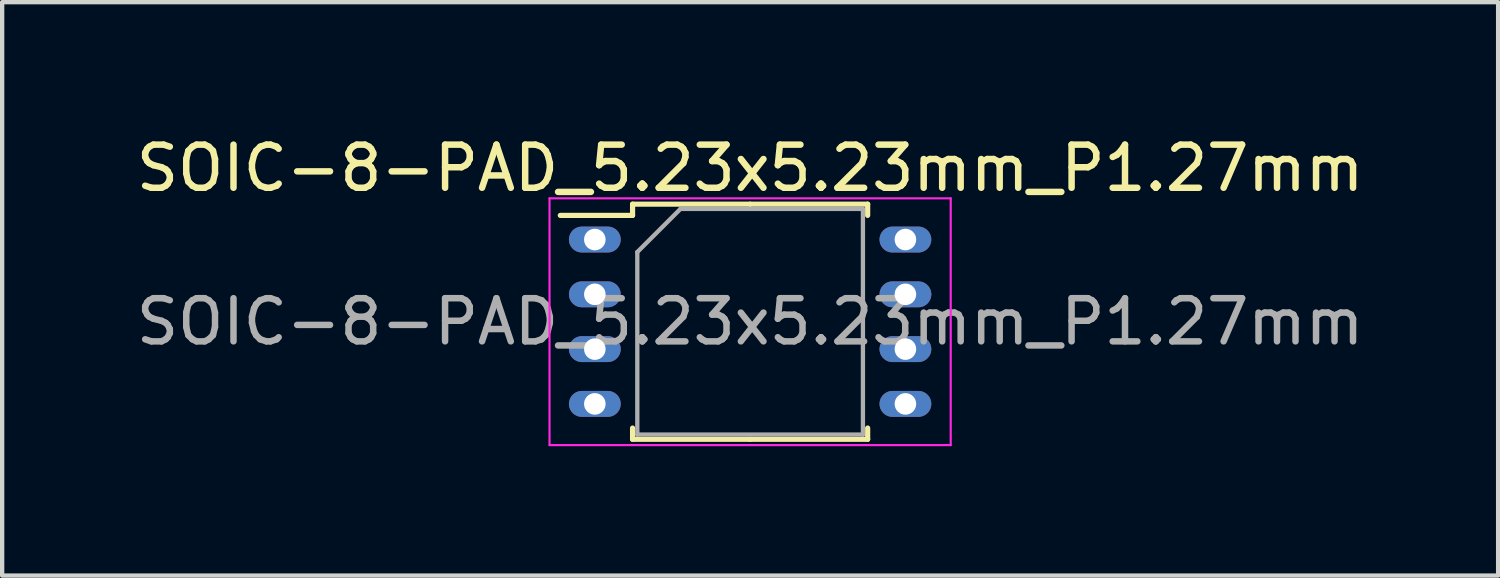
<source format=kicad_pcb>
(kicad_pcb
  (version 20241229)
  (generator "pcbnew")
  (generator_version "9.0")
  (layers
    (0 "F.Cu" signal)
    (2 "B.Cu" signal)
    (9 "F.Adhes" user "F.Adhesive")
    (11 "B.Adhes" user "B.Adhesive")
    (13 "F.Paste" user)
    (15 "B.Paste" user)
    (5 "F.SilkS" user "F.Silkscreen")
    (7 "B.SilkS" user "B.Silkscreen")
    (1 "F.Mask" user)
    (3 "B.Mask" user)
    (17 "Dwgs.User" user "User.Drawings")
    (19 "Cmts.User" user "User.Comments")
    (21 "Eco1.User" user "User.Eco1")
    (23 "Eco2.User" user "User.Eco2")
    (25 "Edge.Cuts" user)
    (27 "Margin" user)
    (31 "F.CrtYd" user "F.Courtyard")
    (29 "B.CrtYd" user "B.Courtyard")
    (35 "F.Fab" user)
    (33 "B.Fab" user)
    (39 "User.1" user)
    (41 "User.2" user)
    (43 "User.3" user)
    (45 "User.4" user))
  (footprint "SOIC-8-PAD_5.23x5.23mm_P1.27mm"
    (layer "F.Cu")
    (at 14.339 4.408)
    (property "Reference" "SOIC-8-PAD_5.23x5.23mm_P1.27mm" (at 0 -3.56 0) (layer "F.SilkS") (effects (font (size 1 1) (thickness 0.15))))
    (attr smd)
    (fp_line (start -2.725 -2.725) (end -2.725 -2.465) (stroke (width 0.12) (type solid)) (layer "F.SilkS"))
    (fp_line (start -2.725 -2.465) (end -4.4 -2.465) (stroke (width 0.12) (type solid)) (layer "F.SilkS"))
    (fp_line (start -2.725 2.725) (end -2.725 2.465) (stroke (width 0.12) (type solid)) (layer "F.SilkS"))
    (fp_line (start 0 -2.725) (end -2.725 -2.725) (stroke (width 0.12) (type solid)) (layer "F.SilkS"))
    (fp_line (start 0 -2.725) (end 2.725 -2.725) (stroke (width 0.12) (type solid)) (layer "F.SilkS"))
    (fp_line (start 0 2.725) (end -2.725 2.725) (stroke (width 0.12) (type solid)) (layer "F.SilkS"))
    (fp_line (start 0 2.725) (end 2.725 2.725) (stroke (width 0.12) (type solid)) (layer "F.SilkS"))
    (fp_line (start 2.725 -2.725) (end 2.725 -2.465) (stroke (width 0.12) (type solid)) (layer "F.SilkS"))
    (fp_line (start 2.725 2.725) (end 2.725 2.465) (stroke (width 0.12) (type solid)) (layer "F.SilkS"))
    (fp_line (start -4.65 -2.86) (end -4.65 2.86) (stroke (width 0.05) (type solid)) (layer "F.CrtYd"))
    (fp_line (start -4.65 2.86) (end 4.65 2.86) (stroke (width 0.05) (type solid)) (layer "F.CrtYd"))
    (fp_line (start 4.65 -2.86) (end -4.65 -2.86) (stroke (width 0.05) (type solid)) (layer "F.CrtYd"))
    (fp_line (start 4.65 2.86) (end 4.65 -2.86) (stroke (width 0.05) (type solid)) (layer "F.CrtYd"))
    (fp_line (start -2.615 -1.615) (end -1.615 -2.615) (stroke (width 0.1) (type solid)) (layer "F.Fab"))
    (fp_line (start -2.615 2.615) (end -2.615 -1.615) (stroke (width 0.1) (type solid)) (layer "F.Fab"))
    (fp_line (start -1.615 -2.615) (end 2.615 -2.615) (stroke (width 0.1) (type solid)) (layer "F.Fab"))
    (fp_line (start 2.615 -2.615) (end 2.615 2.615) (stroke (width 0.1) (type solid)) (layer "F.Fab"))
    (fp_line (start 2.615 2.615) (end -2.615 2.615) (stroke (width 0.1) (type solid)) (layer "F.Fab"))
    (fp_text user "${REFERENCE}" (at 0 0 0) (layer "F.Fab") (effects (font (size 1 1) (thickness 0.15))))
    (pad "1" thru_hole oval (at -3.6 -1.905) (size 1.2 0.6) (drill 0.5) (layers "*.Cu" "*.Mask"))
    (pad "2" thru_hole oval (at -3.6 -0.635) (size 1.2 0.6) (drill 0.5) (layers "*.Cu" "*.Mask"))
    (pad "3" thru_hole oval (at -3.6 0.635) (size 1.2 0.6) (drill 0.5) (layers "*.Cu" "*.Mask"))
    (pad "4" thru_hole oval (at -3.6 1.905) (size 1.2 0.6) (drill 0.5) (layers "*.Cu" "*.Mask"))
    (pad "5" thru_hole oval (at 3.6 1.905) (size 1.2 0.6) (drill 0.5) (layers "*.Cu" "*.Mask"))
    (pad "6" thru_hole oval (at 3.6 0.635) (size 1.2 0.6) (drill 0.5) (layers "*.Cu" "*.Mask"))
    (pad "7" thru_hole oval (at 3.6 -0.635) (size 1.2 0.6) (drill 0.5) (layers "*.Cu" "*.Mask"))
    (pad "8" thru_hole oval (at 3.6 -1.905) (size 1.2 0.6) (drill 0.5) (layers "*.Cu" "*.Mask")))
  (gr_rect
    (start -3 -3)
    (end 31.679 10.293)
    (stroke (width 0.1) (type default))
    (fill no)
    (layer "Edge.Cuts")))
</source>
